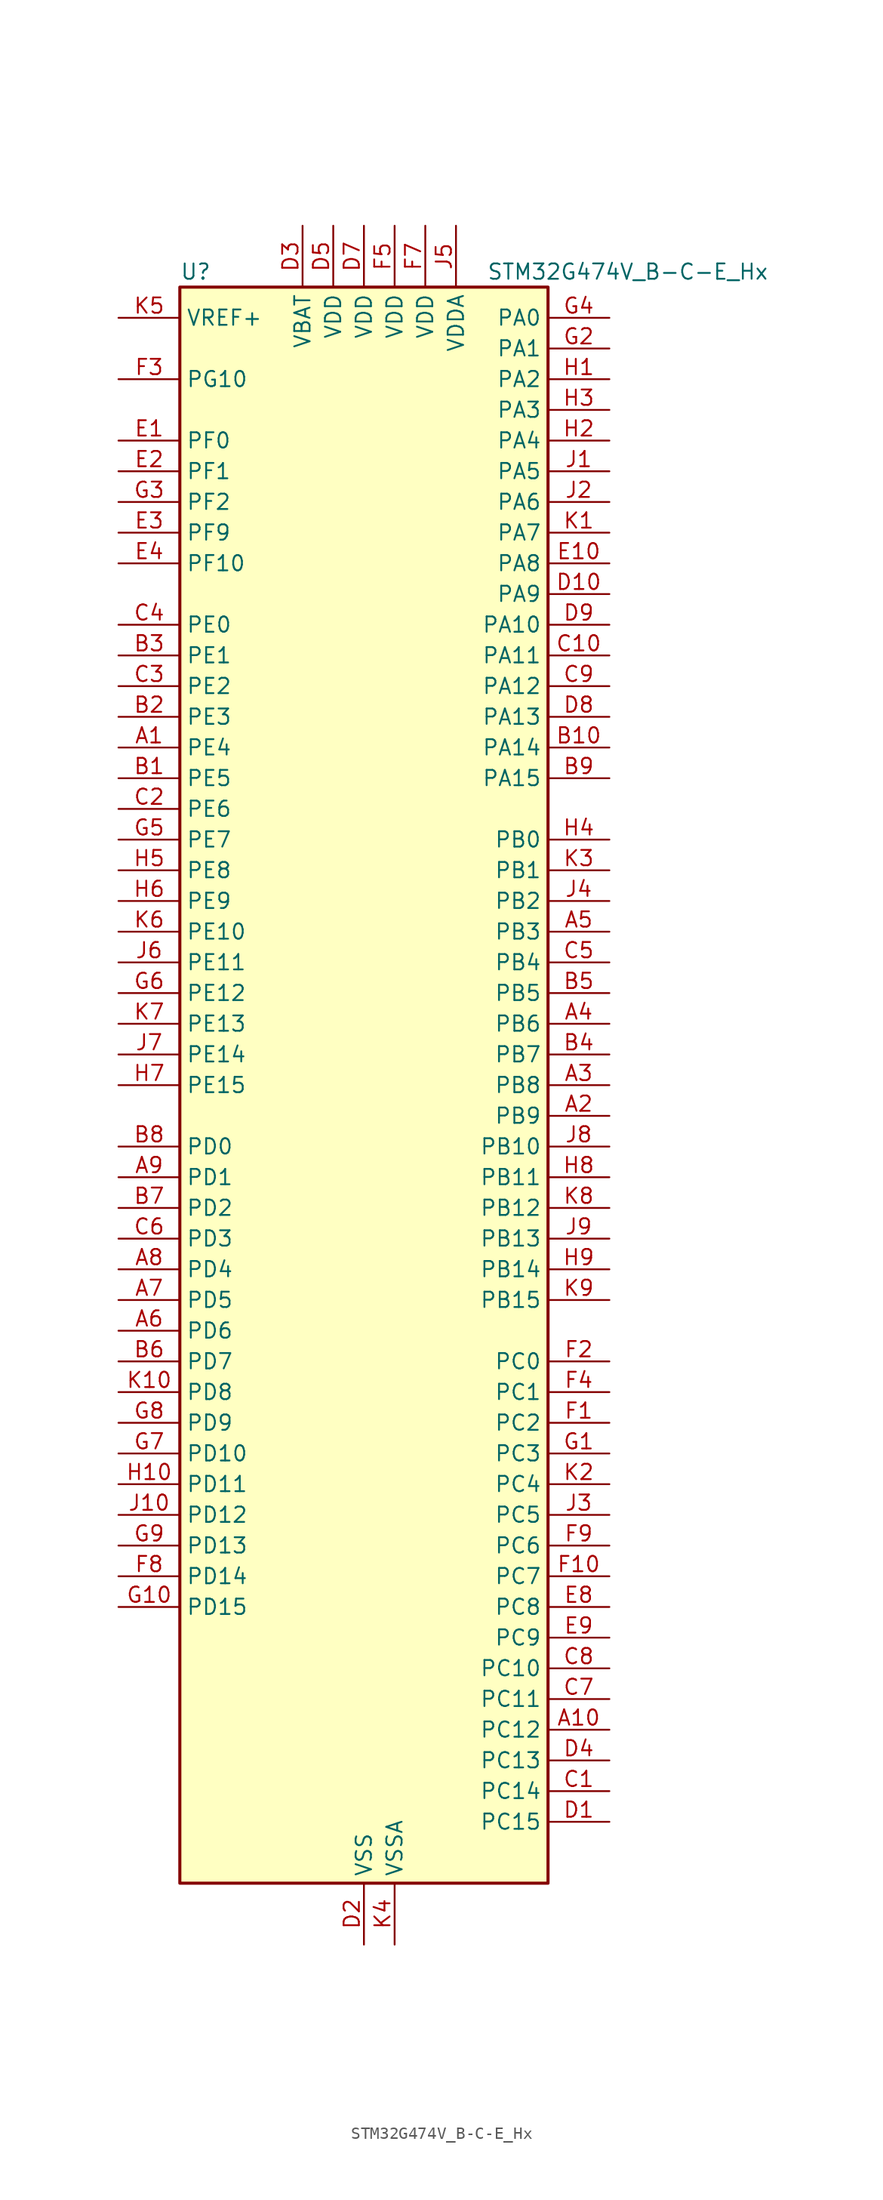
<source format=kicad_sym>
(kicad_symbol_lib
  (version 20220914)
  (generator kicad_symbol_editor)
  (symbol "STM32G474V_B-C-E_Hx"
    (property "Reference" "U"
      (at -15.24 67.31 0)
      (effects (font (size 1.27 1.27)) (justify left)))
    (property "Value" "STM32G474V_B-C-E_Hx"
      (at 10.16 67.31 0)
      (effects (font (size 1.27 1.27)) (justify left)))
    (property "ki_locked" ""
      (at 0 0 0)
      (effects (font (size 1.27 1.27))))
    (symbol "STM32G474V_B-C-E_Hx_0_1"
      (rectangle (start -15.24 -66.04) (end 15.24 66.04) (stroke (width 0.254) (type default)) (fill (type background))))
    (symbol "STM32G474V_B-C-E_Hx_1_1"
      (pin bidirectional line (at -20.32 27.94 0) (length 5.08) (name "PE4" (effects (font (size 1.27 1.27)))) (number "A1" (effects (font (size 1.27 1.27)))) (alternate "FMC_A20" bidirectional line) (alternate "SAI1_D2" bidirectional line) (alternate "SAI1_FS_A" bidirectional line) (alternate "SPI4_NSS" bidirectional line) (alternate "SYS_TRACED1" bidirectional line) (alternate "TIM20_CH1N" bidirectional line) (alternate "TIM3_CH3" bidirectional line))
      (pin bidirectional line (at 20.32 -53.34 180) (length 5.08) (name "PC12" (effects (font (size 1.27 1.27)))) (number "A10" (effects (font (size 1.27 1.27)))) (alternate "HRTIM1_EEV1" bidirectional line) (alternate "I2S3_SD" bidirectional line) (alternate "SPI3_MOSI" bidirectional line) (alternate "TIM5_CH2" bidirectional line) (alternate "TIM8_CH3N" bidirectional line) (alternate "UART5_TX" bidirectional line) (alternate "UCPD1_FRSTX1" bidirectional line) (alternate "UCPD1_FRSTX2" bidirectional line) (alternate "USART3_CK" bidirectional line))
      (pin bidirectional line (at 20.32 -2.54 180) (length 5.08) (name "PB9" (effects (font (size 1.27 1.27)))) (number "A2" (effects (font (size 1.27 1.27)))) (alternate "COMP2_OUT" bidirectional line) (alternate "DAC1_EXTI9" bidirectional line) (alternate "DAC2_EXTI9" bidirectional line) (alternate "DAC3_EXTI9" bidirectional line) (alternate "DAC4_EXTI9" bidirectional line) (alternate "FDCAN1_TX" bidirectional line) (alternate "HRTIM1_EEV5" bidirectional line) (alternate "I2C1_SDA" bidirectional line) (alternate "IR_OUT" bidirectional line) (alternate "SAI1_D2" bidirectional line) (alternate "SAI1_FS_A" bidirectional line) (alternate "TIM17_CH1" bidirectional line) (alternate "TIM1_CH3N" bidirectional line) (alternate "TIM4_CH4" bidirectional line) (alternate "TIM8_CH3" bidirectional line) (alternate "USART3_TX" bidirectional line))
      (pin bidirectional line (at 20.32 0 180) (length 5.08) (name "PB8" (effects (font (size 1.27 1.27)))) (number "A3" (effects (font (size 1.27 1.27)))) (alternate "COMP1_OUT" bidirectional line) (alternate "FDCAN1_RX" bidirectional line) (alternate "HRTIM1_EEV8" bidirectional line) (alternate "I2C1_SCL" bidirectional line) (alternate "SAI1_CK1" bidirectional line) (alternate "SAI1_MCLK_A" bidirectional line) (alternate "TIM16_CH1" bidirectional line) (alternate "TIM1_BKIN" bidirectional line) (alternate "TIM4_CH3" bidirectional line) (alternate "TIM8_CH2" bidirectional line) (alternate "USART3_RX" bidirectional line))
      (pin bidirectional line (at 20.32 5.08 180) (length 5.08) (name "PB6" (effects (font (size 1.27 1.27)))) (number "A4" (effects (font (size 1.27 1.27)))) (alternate "COMP4_OUT" bidirectional line) (alternate "FDCAN2_TX" bidirectional line) (alternate "HRTIM1_EEV4" bidirectional line) (alternate "HRTIM1_SCIN" bidirectional line) (alternate "LPTIM1_ETR" bidirectional line) (alternate "SAI1_FS_B" bidirectional line) (alternate "TIM16_CH1N" bidirectional line) (alternate "TIM4_CH1" bidirectional line) (alternate "TIM8_BKIN2" bidirectional line) (alternate "TIM8_CH1" bidirectional line) (alternate "TIM8_ETR" bidirectional line) (alternate "UCPD1_CC1" bidirectional line) (alternate "USART1_TX" bidirectional line))
      (pin bidirectional line (at 20.32 12.7 180) (length 5.08) (name "PB3" (effects (font (size 1.27 1.27)))) (number "A5" (effects (font (size 1.27 1.27)))) (alternate "ADC3_EXTI3" bidirectional line) (alternate "ADC4_EXTI3" bidirectional line) (alternate "ADC5_EXTI3" bidirectional line) (alternate "CRS_SYNC" bidirectional line) (alternate "FDCAN3_RX" bidirectional line) (alternate "HRTIM1_EEV9" bidirectional line) (alternate "HRTIM1_SCOUT" bidirectional line) (alternate "I2S3_CK" bidirectional line) (alternate "SAI1_SCK_B" bidirectional line) (alternate "SPI1_SCK" bidirectional line) (alternate "SPI3_SCK" bidirectional line) (alternate "SYS_JTDO-SWO" bidirectional line) (alternate "TIM2_CH2" bidirectional line) (alternate "TIM3_ETR" bidirectional line) (alternate "TIM4_ETR" bidirectional line) (alternate "TIM8_CH1N" bidirectional line) (alternate "USART2_TX" bidirectional line))
      (pin bidirectional line (at -20.32 -20.32 0) (length 5.08) (name "PD6" (effects (font (size 1.27 1.27)))) (number "A6" (effects (font (size 1.27 1.27)))) (alternate "FMC_NWAIT" bidirectional line) (alternate "QUADSPI1_BK2_IO2" bidirectional line) (alternate "SAI1_D1" bidirectional line) (alternate "SAI1_SD_A" bidirectional line) (alternate "TIM2_CH4" bidirectional line) (alternate "USART2_RX" bidirectional line))
      (pin bidirectional line (at -20.32 -17.78 0) (length 5.08) (name "PD5" (effects (font (size 1.27 1.27)))) (number "A7" (effects (font (size 1.27 1.27)))) (alternate "FMC_NWE" bidirectional line) (alternate "QUADSPI1_BK2_IO1" bidirectional line) (alternate "USART2_TX" bidirectional line))
      (pin bidirectional line (at -20.32 -15.24 0) (length 5.08) (name "PD4" (effects (font (size 1.27 1.27)))) (number "A8" (effects (font (size 1.27 1.27)))) (alternate "FMC_NOE" bidirectional line) (alternate "QUADSPI1_BK2_IO0" bidirectional line) (alternate "TIM2_CH2" bidirectional line) (alternate "USART2_DE" bidirectional line) (alternate "USART2_RTS" bidirectional line))
      (pin bidirectional line (at -20.32 -7.62 0) (length 5.08) (name "PD1" (effects (font (size 1.27 1.27)))) (number "A9" (effects (font (size 1.27 1.27)))) (alternate "FDCAN1_TX" bidirectional line) (alternate "FMC_D3" bidirectional line) (alternate "FMC_DA3" bidirectional line) (alternate "TIM8_BKIN2" bidirectional line) (alternate "TIM8_CH4" bidirectional line))
      (pin bidirectional line (at -20.32 25.4 0) (length 5.08) (name "PE5" (effects (font (size 1.27 1.27)))) (number "B1" (effects (font (size 1.27 1.27)))) (alternate "FMC_A21" bidirectional line) (alternate "SAI1_CK2" bidirectional line) (alternate "SAI1_SCK_A" bidirectional line) (alternate "SPI4_MISO" bidirectional line) (alternate "SYS_TRACED2" bidirectional line) (alternate "TIM20_CH2N" bidirectional line) (alternate "TIM3_CH4" bidirectional line))
      (pin bidirectional line (at 20.32 27.94 180) (length 5.08) (name "PA14" (effects (font (size 1.27 1.27)))) (number "B10" (effects (font (size 1.27 1.27)))) (alternate "I2C1_SDA" bidirectional line) (alternate "I2C4_SMBA" bidirectional line) (alternate "LPTIM1_OUT" bidirectional line) (alternate "SAI1_FS_B" bidirectional line) (alternate "SYS_JTCK-SWCLK" bidirectional line) (alternate "TIM1_BKIN" bidirectional line) (alternate "TIM8_CH2" bidirectional line) (alternate "USART2_TX" bidirectional line))
      (pin bidirectional line (at -20.32 30.48 0) (length 5.08) (name "PE3" (effects (font (size 1.27 1.27)))) (number "B2" (effects (font (size 1.27 1.27)))) (alternate "ADC3_EXTI3" bidirectional line) (alternate "ADC4_EXTI3" bidirectional line) (alternate "ADC5_EXTI3" bidirectional line) (alternate "FMC_A19" bidirectional line) (alternate "SAI1_SD_B" bidirectional line) (alternate "SPI4_NSS" bidirectional line) (alternate "SYS_TRACED0" bidirectional line) (alternate "TIM20_CH2" bidirectional line) (alternate "TIM3_CH2" bidirectional line))
      (pin bidirectional line (at -20.32 35.56 0) (length 5.08) (name "PE1" (effects (font (size 1.27 1.27)))) (number "B3" (effects (font (size 1.27 1.27)))) (alternate "FMC_NBL1" bidirectional line) (alternate "TIM17_CH1" bidirectional line) (alternate "TIM20_CH4" bidirectional line) (alternate "USART1_RX" bidirectional line))
      (pin bidirectional line (at 20.32 2.54 180) (length 5.08) (name "PB7" (effects (font (size 1.27 1.27)))) (number "B4" (effects (font (size 1.27 1.27)))) (alternate "COMP3_OUT" bidirectional line) (alternate "FMC_NL" bidirectional line) (alternate "HRTIM1_EEV3" bidirectional line) (alternate "I2C1_SDA" bidirectional line) (alternate "I2C4_SDA" bidirectional line) (alternate "LPTIM1_IN2" bidirectional line) (alternate "SYS_PVD_IN" bidirectional line) (alternate "TIM17_CH1N" bidirectional line) (alternate "TIM3_CH4" bidirectional line) (alternate "TIM4_CH2" bidirectional line) (alternate "TIM8_BKIN" bidirectional line) (alternate "UART4_CTS" bidirectional line) (alternate "USART1_RX" bidirectional line))
      (pin bidirectional line (at 20.32 7.62 180) (length 5.08) (name "PB5" (effects (font (size 1.27 1.27)))) (number "B5" (effects (font (size 1.27 1.27)))) (alternate "FDCAN2_RX" bidirectional line) (alternate "HRTIM1_EEV6" bidirectional line) (alternate "I2C1_SMBA" bidirectional line) (alternate "I2C3_SDA" bidirectional line) (alternate "I2S3_SD" bidirectional line) (alternate "LPTIM1_IN1" bidirectional line) (alternate "SAI1_SD_B" bidirectional line) (alternate "SPI1_MOSI" bidirectional line) (alternate "SPI3_MOSI" bidirectional line) (alternate "TIM16_BKIN" bidirectional line) (alternate "TIM17_CH1" bidirectional line) (alternate "TIM3_CH2" bidirectional line) (alternate "TIM8_CH3N" bidirectional line) (alternate "UART5_CTS" bidirectional line) (alternate "USART2_CK" bidirectional line))
      (pin bidirectional line (at -20.32 -22.86 0) (length 5.08) (name "PD7" (effects (font (size 1.27 1.27)))) (number "B6" (effects (font (size 1.27 1.27)))) (alternate "FMC_NCE" bidirectional line) (alternate "FMC_NE1" bidirectional line) (alternate "QUADSPI1_BK2_IO3" bidirectional line) (alternate "TIM2_CH3" bidirectional line) (alternate "USART2_CK" bidirectional line))
      (pin bidirectional line (at -20.32 -10.16 0) (length 5.08) (name "PD2" (effects (font (size 1.27 1.27)))) (number "B7" (effects (font (size 1.27 1.27)))) (alternate "ADC3_EXTI2" bidirectional line) (alternate "ADC4_EXTI2" bidirectional line) (alternate "ADC5_EXTI2" bidirectional line) (alternate "TIM3_ETR" bidirectional line) (alternate "TIM8_BKIN" bidirectional line) (alternate "UART5_RX" bidirectional line))
      (pin bidirectional line (at -20.32 -5.08 0) (length 5.08) (name "PD0" (effects (font (size 1.27 1.27)))) (number "B8" (effects (font (size 1.27 1.27)))) (alternate "FDCAN1_RX" bidirectional line) (alternate "FMC_D2" bidirectional line) (alternate "FMC_DA2" bidirectional line) (alternate "TIM8_CH4N" bidirectional line))
      (pin bidirectional line (at 20.32 25.4 180) (length 5.08) (name "PA15" (effects (font (size 1.27 1.27)))) (number "B9" (effects (font (size 1.27 1.27)))) (alternate "ADC1_EXTI15" bidirectional line) (alternate "ADC2_EXTI15" bidirectional line) (alternate "FDCAN3_TX" bidirectional line) (alternate "HRTIM1_FLT2" bidirectional line) (alternate "I2C1_SCL" bidirectional line) (alternate "I2S3_WS" bidirectional line) (alternate "SPI1_NSS" bidirectional line) (alternate "SPI3_NSS" bidirectional line) (alternate "SYS_JTDI" bidirectional line) (alternate "TIM1_BKIN" bidirectional line) (alternate "TIM2_CH1" bidirectional line) (alternate "TIM2_ETR" bidirectional line) (alternate "TIM8_CH1" bidirectional line) (alternate "UART4_DE" bidirectional line) (alternate "UART4_RTS" bidirectional line) (alternate "USART2_RX" bidirectional line))
      (pin bidirectional line (at 20.32 -58.42 180) (length 5.08) (name "PC14" (effects (font (size 1.27 1.27)))) (number "C1" (effects (font (size 1.27 1.27)))) (alternate "RCC_OSC32_IN" bidirectional line))
      (pin bidirectional line (at 20.32 35.56 180) (length 5.08) (name "PA11" (effects (font (size 1.27 1.27)))) (number "C10" (effects (font (size 1.27 1.27)))) (alternate "ADC1_EXTI11" bidirectional line) (alternate "ADC2_EXTI11" bidirectional line) (alternate "COMP1_OUT" bidirectional line) (alternate "FDCAN1_RX" bidirectional line) (alternate "HRTIM1_CHB2" bidirectional line) (alternate "I2S2_SD" bidirectional line) (alternate "SPI2_MOSI" bidirectional line) (alternate "TIM1_BKIN2" bidirectional line) (alternate "TIM1_CH1N" bidirectional line) (alternate "TIM1_CH4" bidirectional line) (alternate "TIM4_CH1" bidirectional line) (alternate "USART1_CTS" bidirectional line) (alternate "USART1_NSS" bidirectional line) (alternate "USB_DM" bidirectional line))
      (pin bidirectional line (at -20.32 22.86 0) (length 5.08) (name "PE6" (effects (font (size 1.27 1.27)))) (number "C2" (effects (font (size 1.27 1.27)))) (alternate "FMC_A22" bidirectional line) (alternate "RTC_TAMP3" bidirectional line) (alternate "SAI1_D1" bidirectional line) (alternate "SAI1_SD_A" bidirectional line) (alternate "SPI4_MOSI" bidirectional line) (alternate "SYS_TRACED3" bidirectional line) (alternate "SYS_WKUP3" bidirectional line) (alternate "TIM20_CH3N" bidirectional line))
      (pin bidirectional line (at -20.32 33.02 0) (length 5.08) (name "PE2" (effects (font (size 1.27 1.27)))) (number "C3" (effects (font (size 1.27 1.27)))) (alternate "ADC3_EXTI2" bidirectional line) (alternate "ADC4_EXTI2" bidirectional line) (alternate "ADC5_EXTI2" bidirectional line) (alternate "FMC_A23" bidirectional line) (alternate "SAI1_CK1" bidirectional line) (alternate "SAI1_MCLK_A" bidirectional line) (alternate "SPI4_SCK" bidirectional line) (alternate "SYS_TRACECLK" bidirectional line) (alternate "TIM20_CH1" bidirectional line) (alternate "TIM3_CH1" bidirectional line))
      (pin bidirectional line (at -20.32 38.1 0) (length 5.08) (name "PE0" (effects (font (size 1.27 1.27)))) (number "C4" (effects (font (size 1.27 1.27)))) (alternate "FMC_NBL0" bidirectional line) (alternate "TIM16_CH1" bidirectional line) (alternate "TIM20_CH4N" bidirectional line) (alternate "TIM20_ETR" bidirectional line) (alternate "TIM4_ETR" bidirectional line) (alternate "USART1_TX" bidirectional line))
      (pin bidirectional line (at 20.32 10.16 180) (length 5.08) (name "PB4" (effects (font (size 1.27 1.27)))) (number "C5" (effects (font (size 1.27 1.27)))) (alternate "FDCAN3_TX" bidirectional line) (alternate "HRTIM1_EEV7" bidirectional line) (alternate "SAI1_MCLK_B" bidirectional line) (alternate "SPI1_MISO" bidirectional line) (alternate "SPI3_MISO" bidirectional line) (alternate "SYS_JTRST" bidirectional line) (alternate "TIM16_CH1" bidirectional line) (alternate "TIM17_BKIN" bidirectional line) (alternate "TIM3_CH1" bidirectional line) (alternate "TIM8_CH2N" bidirectional line) (alternate "UART5_DE" bidirectional line) (alternate "UART5_RTS" bidirectional line) (alternate "UCPD1_CC2" bidirectional line) (alternate "USART2_RX" bidirectional line))
      (pin bidirectional line (at -20.32 -12.7 0) (length 5.08) (name "PD3" (effects (font (size 1.27 1.27)))) (number "C6" (effects (font (size 1.27 1.27)))) (alternate "ADC3_EXTI3" bidirectional line) (alternate "ADC4_EXTI3" bidirectional line) (alternate "ADC5_EXTI3" bidirectional line) (alternate "FMC_CLK" bidirectional line) (alternate "QUADSPI1_BK2_NCS" bidirectional line) (alternate "TIM2_CH1" bidirectional line) (alternate "TIM2_ETR" bidirectional line) (alternate "USART2_CTS" bidirectional line) (alternate "USART2_NSS" bidirectional line))
      (pin bidirectional line (at 20.32 -50.8 180) (length 5.08) (name "PC11" (effects (font (size 1.27 1.27)))) (number "C7" (effects (font (size 1.27 1.27)))) (alternate "ADC1_EXTI11" bidirectional line) (alternate "ADC2_EXTI11" bidirectional line) (alternate "HRTIM1_EEV2" bidirectional line) (alternate "I2C3_SDA" bidirectional line) (alternate "SPI3_MISO" bidirectional line) (alternate "TIM8_CH2N" bidirectional line) (alternate "UART4_RX" bidirectional line) (alternate "USART3_RX" bidirectional line))
      (pin bidirectional line (at 20.32 -48.26 180) (length 5.08) (name "PC10" (effects (font (size 1.27 1.27)))) (number "C8" (effects (font (size 1.27 1.27)))) (alternate "DAC1_EXTI10" bidirectional line) (alternate "DAC2_EXTI10" bidirectional line) (alternate "DAC3_EXTI10" bidirectional line) (alternate "DAC4_EXTI10" bidirectional line) (alternate "HRTIM1_FLT6" bidirectional line) (alternate "I2S3_CK" bidirectional line) (alternate "SPI3_SCK" bidirectional line) (alternate "TIM8_CH1N" bidirectional line) (alternate "UART4_TX" bidirectional line) (alternate "USART3_TX" bidirectional line))
      (pin bidirectional line (at 20.32 33.02 180) (length 5.08) (name "PA12" (effects (font (size 1.27 1.27)))) (number "C9" (effects (font (size 1.27 1.27)))) (alternate "COMP2_OUT" bidirectional line) (alternate "FDCAN1_TX" bidirectional line) (alternate "HRTIM1_FLT1" bidirectional line) (alternate "I2S_CKIN" bidirectional line) (alternate "TIM16_CH1" bidirectional line) (alternate "TIM1_CH2N" bidirectional line) (alternate "TIM1_ETR" bidirectional line) (alternate "TIM4_CH2" bidirectional line) (alternate "USART1_DE" bidirectional line) (alternate "USART1_RTS" bidirectional line) (alternate "USB_DP" bidirectional line))
      (pin bidirectional line (at 20.32 -60.96 180) (length 5.08) (name "PC15" (effects (font (size 1.27 1.27)))) (number "D1" (effects (font (size 1.27 1.27)))) (alternate "ADC1_EXTI15" bidirectional line) (alternate "ADC2_EXTI15" bidirectional line) (alternate "RCC_OSC32_OUT" bidirectional line))
      (pin bidirectional line (at 20.32 40.64 180) (length 5.08) (name "PA9" (effects (font (size 1.27 1.27)))) (number "D10" (effects (font (size 1.27 1.27)))) (alternate "ADC5_IN2" bidirectional line) (alternate "COMP5_OUT" bidirectional line) (alternate "DAC1_EXTI9" bidirectional line) (alternate "DAC2_EXTI9" bidirectional line) (alternate "DAC3_EXTI9" bidirectional line) (alternate "DAC4_EXTI9" bidirectional line) (alternate "HRTIM1_CHA2" bidirectional line) (alternate "I2C2_SCL" bidirectional line) (alternate "I2C3_SMBA" bidirectional line) (alternate "I2S3_MCK" bidirectional line) (alternate "SAI1_FS_A" bidirectional line) (alternate "TIM15_BKIN" bidirectional line) (alternate "TIM1_CH2" bidirectional line) (alternate "TIM2_CH3" bidirectional line) (alternate "UCPD1_DBCC1" bidirectional line) (alternate "USART1_TX" bidirectional line))
      (pin power_in line (at 0 -71.12 90) (length 5.08) (name "VSS" (effects (font (size 1.27 1.27)))) (number "D2" (effects (font (size 1.27 1.27)))))
      (pin power_in line (at -5.08 71.12 270) (length 5.08) (name "VBAT" (effects (font (size 1.27 1.27)))) (number "D3" (effects (font (size 1.27 1.27)))))
      (pin bidirectional line (at 20.32 -55.88 180) (length 5.08) (name "PC13" (effects (font (size 1.27 1.27)))) (number "D4" (effects (font (size 1.27 1.27)))) (alternate "RTC_OUT1" bidirectional line) (alternate "RTC_TAMP1" bidirectional line) (alternate "RTC_TS" bidirectional line) (alternate "SYS_WKUP2" bidirectional line) (alternate "TIM1_BKIN" bidirectional line) (alternate "TIM1_CH1N" bidirectional line) (alternate "TIM8_CH4N" bidirectional line))
      (pin power_in line (at -2.54 71.12 270) (length 5.08) (name "VDD" (effects (font (size 1.27 1.27)))) (number "D5" (effects (font (size 1.27 1.27)))))
      (pin passive line (at 0 -71.12 90) (length 5.08) hide (name "VSS" (effects (font (size 1.27 1.27)))) (number "D6" (effects (font (size 1.27 1.27)))))
      (pin power_in line (at 0 71.12 270) (length 5.08) (name "VDD" (effects (font (size 1.27 1.27)))) (number "D7" (effects (font (size 1.27 1.27)))))
      (pin bidirectional line (at 20.32 30.48 180) (length 5.08) (name "PA13" (effects (font (size 1.27 1.27)))) (number "D8" (effects (font (size 1.27 1.27)))) (alternate "I2C1_SCL" bidirectional line) (alternate "I2C4_SCL" bidirectional line) (alternate "IR_OUT" bidirectional line) (alternate "SAI1_SD_B" bidirectional line) (alternate "SYS_JTMS-SWDIO" bidirectional line) (alternate "TIM16_CH1N" bidirectional line) (alternate "TIM4_CH3" bidirectional line) (alternate "USART3_CTS" bidirectional line) (alternate "USART3_NSS" bidirectional line))
      (pin bidirectional line (at 20.32 38.1 180) (length 5.08) (name "PA10" (effects (font (size 1.27 1.27)))) (number "D9" (effects (font (size 1.27 1.27)))) (alternate "COMP6_OUT" bidirectional line) (alternate "CRS_SYNC" bidirectional line) (alternate "DAC1_EXTI10" bidirectional line) (alternate "DAC2_EXTI10" bidirectional line) (alternate "DAC3_EXTI10" bidirectional line) (alternate "DAC4_EXTI10" bidirectional line) (alternate "HRTIM1_CHB1" bidirectional line) (alternate "I2C2_SMBA" bidirectional line) (alternate "SAI1_D1" bidirectional line) (alternate "SAI1_SD_A" bidirectional line) (alternate "SPI2_MISO" bidirectional line) (alternate "TIM17_BKIN" bidirectional line) (alternate "TIM1_CH3" bidirectional line) (alternate "TIM2_CH4" bidirectional line) (alternate "TIM8_BKIN" bidirectional line) (alternate "UCPD1_DBCC2" bidirectional line) (alternate "USART1_RX" bidirectional line))
      (pin bidirectional line (at -20.32 53.34 0) (length 5.08) (name "PF0" (effects (font (size 1.27 1.27)))) (number "E1" (effects (font (size 1.27 1.27)))) (alternate "ADC1_IN10" bidirectional line) (alternate "I2C2_SDA" bidirectional line) (alternate "I2S2_WS" bidirectional line) (alternate "RCC_OSC_IN" bidirectional line) (alternate "SPI2_NSS" bidirectional line) (alternate "TIM1_CH3N" bidirectional line))
      (pin bidirectional line (at 20.32 43.18 180) (length 5.08) (name "PA8" (effects (font (size 1.27 1.27)))) (number "E10" (effects (font (size 1.27 1.27)))) (alternate "ADC5_IN1" bidirectional line) (alternate "COMP7_OUT" bidirectional line) (alternate "FDCAN3_RX" bidirectional line) (alternate "HRTIM1_CHA1" bidirectional line) (alternate "I2C2_SDA" bidirectional line) (alternate "I2C3_SCL" bidirectional line) (alternate "I2S2_MCK" bidirectional line) (alternate "OPAMP5_VOUT" bidirectional line) (alternate "RCC_MCO" bidirectional line) (alternate "SAI1_CK2" bidirectional line) (alternate "SAI1_SCK_A" bidirectional line) (alternate "TIM1_CH1" bidirectional line) (alternate "TIM4_ETR" bidirectional line) (alternate "USART1_CK" bidirectional line))
      (pin bidirectional line (at -20.32 50.8 0) (length 5.08) (name "PF1" (effects (font (size 1.27 1.27)))) (number "E2" (effects (font (size 1.27 1.27)))) (alternate "ADC2_IN10" bidirectional line) (alternate "COMP3_INM" bidirectional line) (alternate "I2S2_CK" bidirectional line) (alternate "RCC_OSC_OUT" bidirectional line) (alternate "SPI2_SCK" bidirectional line))
      (pin bidirectional line (at -20.32 45.72 0) (length 5.08) (name "PF9" (effects (font (size 1.27 1.27)))) (number "E3" (effects (font (size 1.27 1.27)))) (alternate "DAC1_EXTI9" bidirectional line) (alternate "DAC2_EXTI9" bidirectional line) (alternate "DAC3_EXTI9" bidirectional line) (alternate "DAC4_EXTI9" bidirectional line) (alternate "FMC_A25" bidirectional line) (alternate "QUADSPI1_BK1_IO1" bidirectional line) (alternate "SAI1_FS_B" bidirectional line) (alternate "SPI2_SCK" bidirectional line) (alternate "TIM15_CH1" bidirectional line) (alternate "TIM20_BKIN" bidirectional line) (alternate "TIM5_CH4" bidirectional line))
      (pin bidirectional line (at -20.32 43.18 0) (length 5.08) (name "PF10" (effects (font (size 1.27 1.27)))) (number "E4" (effects (font (size 1.27 1.27)))) (alternate "DAC1_EXTI10" bidirectional line) (alternate "DAC2_EXTI10" bidirectional line) (alternate "DAC3_EXTI10" bidirectional line) (alternate "DAC4_EXTI10" bidirectional line) (alternate "FMC_A0" bidirectional line) (alternate "QUADSPI1_CLK" bidirectional line) (alternate "SAI1_D3" bidirectional line) (alternate "SPI2_SCK" bidirectional line) (alternate "TIM15_CH2" bidirectional line) (alternate "TIM20_BKIN2" bidirectional line))
      (pin passive line (at 0 -71.12 90) (length 5.08) hide (name "VSS" (effects (font (size 1.27 1.27)))) (number "E5" (effects (font (size 1.27 1.27)))))
      (pin passive line (at 0 -71.12 90) (length 5.08) hide (name "VSS" (effects (font (size 1.27 1.27)))) (number "E6" (effects (font (size 1.27 1.27)))))
      (pin passive line (at 0 -71.12 90) (length 5.08) hide (name "VSS" (effects (font (size 1.27 1.27)))) (number "E7" (effects (font (size 1.27 1.27)))))
      (pin bidirectional line (at 20.32 -43.18 180) (length 5.08) (name "PC8" (effects (font (size 1.27 1.27)))) (number "E8" (effects (font (size 1.27 1.27)))) (alternate "COMP7_OUT" bidirectional line) (alternate "HRTIM1_CHE1" bidirectional line) (alternate "I2C3_SCL" bidirectional line) (alternate "TIM20_CH3" bidirectional line) (alternate "TIM3_CH3" bidirectional line) (alternate "TIM8_CH3" bidirectional line))
      (pin bidirectional line (at 20.32 -45.72 180) (length 5.08) (name "PC9" (effects (font (size 1.27 1.27)))) (number "E9" (effects (font (size 1.27 1.27)))) (alternate "DAC1_EXTI9" bidirectional line) (alternate "DAC2_EXTI9" bidirectional line) (alternate "DAC3_EXTI9" bidirectional line) (alternate "DAC4_EXTI9" bidirectional line) (alternate "HRTIM1_CHE2" bidirectional line) (alternate "I2C3_SDA" bidirectional line) (alternate "I2S_CKIN" bidirectional line) (alternate "TIM3_CH4" bidirectional line) (alternate "TIM8_BKIN2" bidirectional line) (alternate "TIM8_CH4" bidirectional line))
      (pin bidirectional line (at 20.32 -27.94 180) (length 5.08) (name "PC2" (effects (font (size 1.27 1.27)))) (number "F1" (effects (font (size 1.27 1.27)))) (alternate "ADC1_IN8" bidirectional line) (alternate "ADC2_IN8" bidirectional line) (alternate "ADC3_EXTI2" bidirectional line) (alternate "ADC4_EXTI2" bidirectional line) (alternate "ADC5_EXTI2" bidirectional line) (alternate "COMP3_OUT" bidirectional line) (alternate "LPTIM1_IN2" bidirectional line) (alternate "QUADSPI1_BK2_IO1" bidirectional line) (alternate "TIM1_CH3" bidirectional line) (alternate "TIM20_CH2" bidirectional line))
      (pin bidirectional line (at 20.32 -40.64 180) (length 5.08) (name "PC7" (effects (font (size 1.27 1.27)))) (number "F10" (effects (font (size 1.27 1.27)))) (alternate "COMP5_OUT" bidirectional line) (alternate "HRTIM1_CHF2" bidirectional line) (alternate "HRTIM1_FLT5" bidirectional line) (alternate "I2C4_SDA" bidirectional line) (alternate "I2S3_MCK" bidirectional line) (alternate "TIM3_CH2" bidirectional line) (alternate "TIM8_CH2" bidirectional line))
      (pin bidirectional line (at 20.32 -22.86 180) (length 5.08) (name "PC0" (effects (font (size 1.27 1.27)))) (number "F2" (effects (font (size 1.27 1.27)))) (alternate "ADC1_IN6" bidirectional line) (alternate "ADC2_IN6" bidirectional line) (alternate "COMP3_INM" bidirectional line) (alternate "LPTIM1_IN1" bidirectional line) (alternate "LPUART1_RX" bidirectional line) (alternate "TIM1_CH1" bidirectional line))
      (pin bidirectional line (at -20.32 58.42 0) (length 5.08) (name "PG10" (effects (font (size 1.27 1.27)))) (number "F3" (effects (font (size 1.27 1.27)))) (alternate "DAC1_EXTI10" bidirectional line) (alternate "DAC2_EXTI10" bidirectional line) (alternate "DAC3_EXTI10" bidirectional line) (alternate "DAC4_EXTI10" bidirectional line) (alternate "RCC_MCO" bidirectional line))
      (pin bidirectional line (at 20.32 -25.4 180) (length 5.08) (name "PC1" (effects (font (size 1.27 1.27)))) (number "F4" (effects (font (size 1.27 1.27)))) (alternate "ADC1_IN7" bidirectional line) (alternate "ADC2_IN7" bidirectional line) (alternate "COMP3_INP" bidirectional line) (alternate "LPTIM1_OUT" bidirectional line) (alternate "LPUART1_TX" bidirectional line) (alternate "QUADSPI1_BK2_IO0" bidirectional line) (alternate "SAI1_SD_A" bidirectional line) (alternate "TIM1_CH2" bidirectional line))
      (pin power_in line (at 2.54 71.12 270) (length 5.08) (name "VDD" (effects (font (size 1.27 1.27)))) (number "F5" (effects (font (size 1.27 1.27)))))
      (pin passive line (at 0 -71.12 90) (length 5.08) hide (name "VSS" (effects (font (size 1.27 1.27)))) (number "F6" (effects (font (size 1.27 1.27)))))
      (pin power_in line (at 5.08 71.12 270) (length 5.08) (name "VDD" (effects (font (size 1.27 1.27)))) (number "F7" (effects (font (size 1.27 1.27)))))
      (pin bidirectional line (at -20.32 -40.64 0) (length 5.08) (name "PD14" (effects (font (size 1.27 1.27)))) (number "F8" (effects (font (size 1.27 1.27)))) (alternate "ADC3_IN11" bidirectional line) (alternate "ADC4_IN11" bidirectional line) (alternate "ADC5_IN11" bidirectional line) (alternate "COMP7_INP" bidirectional line) (alternate "FMC_D0" bidirectional line) (alternate "FMC_DA0" bidirectional line) (alternate "OPAMP2_VINP" bidirectional line) (alternate "OPAMP2_VINP_SEC" bidirectional line) (alternate "TIM4_CH3" bidirectional line))
      (pin bidirectional line (at 20.32 -38.1 180) (length 5.08) (name "PC6" (effects (font (size 1.27 1.27)))) (number "F9" (effects (font (size 1.27 1.27)))) (alternate "COMP6_OUT" bidirectional line) (alternate "HRTIM1_CHF1" bidirectional line) (alternate "HRTIM1_EEV10" bidirectional line) (alternate "I2C4_SCL" bidirectional line) (alternate "I2S2_MCK" bidirectional line) (alternate "TIM3_CH1" bidirectional line) (alternate "TIM8_CH1" bidirectional line))
      (pin bidirectional line (at 20.32 -30.48 180) (length 5.08) (name "PC3" (effects (font (size 1.27 1.27)))) (number "G1" (effects (font (size 1.27 1.27)))) (alternate "ADC1_IN9" bidirectional line) (alternate "ADC2_IN9" bidirectional line) (alternate "ADC3_EXTI3" bidirectional line) (alternate "ADC4_EXTI3" bidirectional line) (alternate "ADC5_EXTI3" bidirectional line) (alternate "LPTIM1_ETR" bidirectional line) (alternate "OPAMP5_VINP" bidirectional line) (alternate "OPAMP5_VINP_SEC" bidirectional line) (alternate "QUADSPI1_BK2_IO2" bidirectional line) (alternate "SAI1_D1" bidirectional line) (alternate "SAI1_SD_A" bidirectional line) (alternate "TIM1_BKIN2" bidirectional line) (alternate "TIM1_CH4" bidirectional line))
      (pin bidirectional line (at -20.32 -43.18 0) (length 5.08) (name "PD15" (effects (font (size 1.27 1.27)))) (number "G10" (effects (font (size 1.27 1.27)))) (alternate "ADC1_EXTI15" bidirectional line) (alternate "ADC2_EXTI15" bidirectional line) (alternate "COMP7_INM" bidirectional line) (alternate "FMC_D1" bidirectional line) (alternate "FMC_DA1" bidirectional line) (alternate "SPI2_NSS" bidirectional line) (alternate "TIM4_CH4" bidirectional line))
      (pin bidirectional line (at 20.32 60.96 180) (length 5.08) (name "PA1" (effects (font (size 1.27 1.27)))) (number "G2" (effects (font (size 1.27 1.27)))) (alternate "ADC1_IN2" bidirectional line) (alternate "ADC2_IN2" bidirectional line) (alternate "COMP1_INP" bidirectional line) (alternate "OPAMP1_VINP" bidirectional line) (alternate "OPAMP1_VINP_SEC" bidirectional line) (alternate "OPAMP3_VINP" bidirectional line) (alternate "OPAMP3_VINP_SEC" bidirectional line) (alternate "OPAMP6_VINM" bidirectional line) (alternate "OPAMP6_VINM0" bidirectional line) (alternate "OPAMP6_VINM_SEC" bidirectional line) (alternate "RTC_REFIN" bidirectional line) (alternate "TIM15_CH1N" bidirectional line) (alternate "TIM2_CH2" bidirectional line) (alternate "TIM5_CH2" bidirectional line) (alternate "USART2_DE" bidirectional line) (alternate "USART2_RTS" bidirectional line))
      (pin bidirectional line (at -20.32 48.26 0) (length 5.08) (name "PF2" (effects (font (size 1.27 1.27)))) (number "G3" (effects (font (size 1.27 1.27)))) (alternate "ADC3_EXTI2" bidirectional line) (alternate "ADC4_EXTI2" bidirectional line) (alternate "ADC5_EXTI2" bidirectional line) (alternate "FMC_A2" bidirectional line) (alternate "I2C2_SMBA" bidirectional line) (alternate "TIM20_CH3" bidirectional line))
      (pin bidirectional line (at 20.32 63.5 180) (length 5.08) (name "PA0" (effects (font (size 1.27 1.27)))) (number "G4" (effects (font (size 1.27 1.27)))) (alternate "ADC1_IN1" bidirectional line) (alternate "ADC2_IN1" bidirectional line) (alternate "COMP1_INM" bidirectional line) (alternate "COMP1_OUT" bidirectional line) (alternate "COMP3_INP" bidirectional line) (alternate "RTC_TAMP2" bidirectional line) (alternate "SYS_WKUP1" bidirectional line) (alternate "TIM2_CH1" bidirectional line) (alternate "TIM2_ETR" bidirectional line) (alternate "TIM5_CH1" bidirectional line) (alternate "TIM8_BKIN" bidirectional line) (alternate "TIM8_ETR" bidirectional line) (alternate "USART2_CTS" bidirectional line) (alternate "USART2_NSS" bidirectional line))
      (pin bidirectional line (at -20.32 20.32 0) (length 5.08) (name "PE7" (effects (font (size 1.27 1.27)))) (number "G5" (effects (font (size 1.27 1.27)))) (alternate "ADC3_IN4" bidirectional line) (alternate "COMP4_INP" bidirectional line) (alternate "FMC_D4" bidirectional line) (alternate "FMC_DA4" bidirectional line) (alternate "SAI1_SD_B" bidirectional line) (alternate "TIM1_ETR" bidirectional line))
      (pin bidirectional line (at -20.32 7.62 0) (length 5.08) (name "PE12" (effects (font (size 1.27 1.27)))) (number "G6" (effects (font (size 1.27 1.27)))) (alternate "ADC3_IN16" bidirectional line) (alternate "ADC4_IN16" bidirectional line) (alternate "ADC5_IN16" bidirectional line) (alternate "FMC_D9" bidirectional line) (alternate "FMC_DA9" bidirectional line) (alternate "QUADSPI1_BK1_IO0" bidirectional line) (alternate "SPI4_SCK" bidirectional line) (alternate "TIM1_CH3N" bidirectional line))
      (pin bidirectional line (at -20.32 -30.48 0) (length 5.08) (name "PD10" (effects (font (size 1.27 1.27)))) (number "G7" (effects (font (size 1.27 1.27)))) (alternate "ADC3_IN7" bidirectional line) (alternate "ADC4_IN7" bidirectional line) (alternate "ADC5_IN7" bidirectional line) (alternate "COMP6_INM" bidirectional line) (alternate "DAC1_EXTI10" bidirectional line) (alternate "DAC2_EXTI10" bidirectional line) (alternate "DAC3_EXTI10" bidirectional line) (alternate "DAC4_EXTI10" bidirectional line) (alternate "FMC_D15" bidirectional line) (alternate "FMC_DA15" bidirectional line) (alternate "USART3_CK" bidirectional line))
      (pin bidirectional line (at -20.32 -27.94 0) (length 5.08) (name "PD9" (effects (font (size 1.27 1.27)))) (number "G8" (effects (font (size 1.27 1.27)))) (alternate "ADC4_IN13" bidirectional line) (alternate "ADC5_IN13" bidirectional line) (alternate "DAC1_EXTI9" bidirectional line) (alternate "DAC2_EXTI9" bidirectional line) (alternate "DAC3_EXTI9" bidirectional line) (alternate "DAC4_EXTI9" bidirectional line) (alternate "FMC_D14" bidirectional line) (alternate "FMC_DA14" bidirectional line) (alternate "OPAMP6_VINP" bidirectional line) (alternate "OPAMP6_VINP_SEC" bidirectional line) (alternate "USART3_RX" bidirectional line))
      (pin bidirectional line (at -20.32 -38.1 0) (length 5.08) (name "PD13" (effects (font (size 1.27 1.27)))) (number "G9" (effects (font (size 1.27 1.27)))) (alternate "ADC3_IN10" bidirectional line) (alternate "ADC4_IN10" bidirectional line) (alternate "ADC5_IN10" bidirectional line) (alternate "COMP5_INM" bidirectional line) (alternate "FMC_A18" bidirectional line) (alternate "TIM4_CH2" bidirectional line))
      (pin bidirectional line (at 20.32 58.42 180) (length 5.08) (name "PA2" (effects (font (size 1.27 1.27)))) (number "H1" (effects (font (size 1.27 1.27)))) (alternate "ADC1_IN3" bidirectional line) (alternate "ADC3_EXTI2" bidirectional line) (alternate "ADC4_EXTI2" bidirectional line) (alternate "ADC5_EXTI2" bidirectional line) (alternate "COMP2_INM" bidirectional line) (alternate "COMP2_OUT" bidirectional line) (alternate "LPUART1_TX" bidirectional line) (alternate "OPAMP1_VOUT" bidirectional line) (alternate "QUADSPI1_BK1_NCS" bidirectional line) (alternate "RCC_LSCO" bidirectional line) (alternate "SYS_WKUP4" bidirectional line) (alternate "TIM15_CH1" bidirectional line) (alternate "TIM2_CH3" bidirectional line) (alternate "TIM5_CH3" bidirectional line) (alternate "UCPD1_FRSTX1" bidirectional line) (alternate "UCPD1_FRSTX2" bidirectional line) (alternate "USART2_TX" bidirectional line))
      (pin bidirectional line (at -20.32 -33.02 0) (length 5.08) (name "PD11" (effects (font (size 1.27 1.27)))) (number "H10" (effects (font (size 1.27 1.27)))) (alternate "ADC1_EXTI11" bidirectional line) (alternate "ADC2_EXTI11" bidirectional line) (alternate "ADC3_IN8" bidirectional line) (alternate "ADC4_IN8" bidirectional line) (alternate "ADC5_IN8" bidirectional line) (alternate "COMP6_INP" bidirectional line) (alternate "FMC_A16" bidirectional line) (alternate "FMC_CLE" bidirectional line) (alternate "I2C4_SMBA" bidirectional line) (alternate "OPAMP4_VINP" bidirectional line) (alternate "OPAMP4_VINP_SEC" bidirectional line) (alternate "TIM5_ETR" bidirectional line) (alternate "USART3_CTS" bidirectional line) (alternate "USART3_NSS" bidirectional line))
      (pin bidirectional line (at 20.32 53.34 180) (length 5.08) (name "PA4" (effects (font (size 1.27 1.27)))) (number "H2" (effects (font (size 1.27 1.27)))) (alternate "ADC2_IN17" bidirectional line) (alternate "COMP1_INM" bidirectional line) (alternate "DAC1_OUT1" bidirectional line) (alternate "I2S3_WS" bidirectional line) (alternate "SAI1_FS_B" bidirectional line) (alternate "SPI1_NSS" bidirectional line) (alternate "SPI3_NSS" bidirectional line) (alternate "TIM3_CH2" bidirectional line) (alternate "USART2_CK" bidirectional line))
      (pin bidirectional line (at 20.32 55.88 180) (length 5.08) (name "PA3" (effects (font (size 1.27 1.27)))) (number "H3" (effects (font (size 1.27 1.27)))) (alternate "ADC1_IN4" bidirectional line) (alternate "ADC3_EXTI3" bidirectional line) (alternate "ADC4_EXTI3" bidirectional line) (alternate "ADC5_EXTI3" bidirectional line) (alternate "COMP2_INP" bidirectional line) (alternate "LPUART1_RX" bidirectional line) (alternate "OPAMP1_VINM" bidirectional line) (alternate "OPAMP1_VINM0" bidirectional line) (alternate "OPAMP1_VINM_SEC" bidirectional line) (alternate "OPAMP1_VINP" bidirectional line) (alternate "OPAMP1_VINP_SEC" bidirectional line) (alternate "OPAMP5_VINM" bidirectional line) (alternate "OPAMP5_VINM1" bidirectional line) (alternate "OPAMP5_VINM_SEC" bidirectional line) (alternate "QUADSPI1_CLK" bidirectional line) (alternate "SAI1_CK1" bidirectional line) (alternate "SAI1_MCLK_A" bidirectional line) (alternate "TIM15_CH2" bidirectional line) (alternate "TIM2_CH4" bidirectional line) (alternate "TIM5_CH4" bidirectional line) (alternate "USART2_RX" bidirectional line))
      (pin bidirectional line (at 20.32 20.32 180) (length 5.08) (name "PB0" (effects (font (size 1.27 1.27)))) (number "H4" (effects (font (size 1.27 1.27)))) (alternate "ADC1_IN15" bidirectional line) (alternate "ADC3_IN12" bidirectional line) (alternate "COMP4_INP" bidirectional line) (alternate "HRTIM1_FLT5" bidirectional line) (alternate "OPAMP2_VINP" bidirectional line) (alternate "OPAMP2_VINP_SEC" bidirectional line) (alternate "OPAMP3_VINP" bidirectional line) (alternate "OPAMP3_VINP_SEC" bidirectional line) (alternate "QUADSPI1_BK1_IO1" bidirectional line) (alternate "TIM1_CH2N" bidirectional line) (alternate "TIM3_CH3" bidirectional line) (alternate "TIM8_CH2N" bidirectional line) (alternate "UCPD1_FRSTX1" bidirectional line) (alternate "UCPD1_FRSTX2" bidirectional line))
      (pin bidirectional line (at -20.32 17.78 0) (length 5.08) (name "PE8" (effects (font (size 1.27 1.27)))) (number "H5" (effects (font (size 1.27 1.27)))) (alternate "ADC3_IN6" bidirectional line) (alternate "ADC4_IN6" bidirectional line) (alternate "ADC5_IN6" bidirectional line) (alternate "COMP4_INM" bidirectional line) (alternate "FMC_D5" bidirectional line) (alternate "FMC_DA5" bidirectional line) (alternate "SAI1_SCK_B" bidirectional line) (alternate "TIM1_CH1N" bidirectional line) (alternate "TIM5_CH3" bidirectional line))
      (pin bidirectional line (at -20.32 15.24 0) (length 5.08) (name "PE9" (effects (font (size 1.27 1.27)))) (number "H6" (effects (font (size 1.27 1.27)))) (alternate "ADC3_IN2" bidirectional line) (alternate "DAC1_EXTI9" bidirectional line) (alternate "DAC2_EXTI9" bidirectional line) (alternate "DAC3_EXTI9" bidirectional line) (alternate "DAC4_EXTI9" bidirectional line) (alternate "FMC_D6" bidirectional line) (alternate "FMC_DA6" bidirectional line) (alternate "SAI1_FS_B" bidirectional line) (alternate "TIM1_CH1" bidirectional line) (alternate "TIM5_CH4" bidirectional line))
      (pin bidirectional line (at -20.32 0 0) (length 5.08) (name "PE15" (effects (font (size 1.27 1.27)))) (number "H7" (effects (font (size 1.27 1.27)))) (alternate "ADC1_EXTI15" bidirectional line) (alternate "ADC2_EXTI15" bidirectional line) (alternate "ADC4_IN2" bidirectional line) (alternate "FMC_D12" bidirectional line) (alternate "FMC_DA12" bidirectional line) (alternate "QUADSPI1_BK1_IO3" bidirectional line) (alternate "TIM1_BKIN" bidirectional line) (alternate "TIM1_CH4N" bidirectional line) (alternate "USART3_RX" bidirectional line))
      (pin bidirectional line (at 20.32 -7.62 180) (length 5.08) (name "PB11" (effects (font (size 1.27 1.27)))) (number "H8" (effects (font (size 1.27 1.27)))) (alternate "ADC1_EXTI11" bidirectional line) (alternate "ADC1_IN14" bidirectional line) (alternate "ADC2_EXTI11" bidirectional line) (alternate "ADC2_IN14" bidirectional line) (alternate "COMP6_INP" bidirectional line) (alternate "HRTIM1_FLT4" bidirectional line) (alternate "LPUART1_TX" bidirectional line) (alternate "OPAMP4_VINP" bidirectional line) (alternate "OPAMP4_VINP_SEC" bidirectional line) (alternate "OPAMP6_VOUT" bidirectional line) (alternate "QUADSPI1_BK1_NCS" bidirectional line) (alternate "TIM2_CH4" bidirectional line) (alternate "USART3_RX" bidirectional line))
      (pin bidirectional line (at 20.32 -15.24 180) (length 5.08) (name "PB14" (effects (font (size 1.27 1.27)))) (number "H9" (effects (font (size 1.27 1.27)))) (alternate "ADC1_IN5" bidirectional line) (alternate "ADC4_IN4" bidirectional line) (alternate "COMP4_OUT" bidirectional line) (alternate "COMP7_INP" bidirectional line) (alternate "HRTIM1_CHD1" bidirectional line) (alternate "OPAMP2_VINP" bidirectional line) (alternate "OPAMP2_VINP_SEC" bidirectional line) (alternate "OPAMP5_VINP" bidirectional line) (alternate "OPAMP5_VINP_SEC" bidirectional line) (alternate "SPI2_MISO" bidirectional line) (alternate "TIM15_CH1" bidirectional line) (alternate "TIM1_CH2N" bidirectional line) (alternate "USART3_DE" bidirectional line) (alternate "USART3_RTS" bidirectional line))
      (pin bidirectional line (at 20.32 50.8 180) (length 5.08) (name "PA5" (effects (font (size 1.27 1.27)))) (number "J1" (effects (font (size 1.27 1.27)))) (alternate "ADC2_IN13" bidirectional line) (alternate "COMP2_INM" bidirectional line) (alternate "DAC1_OUT2" bidirectional line) (alternate "OPAMP2_VINM" bidirectional line) (alternate "OPAMP2_VINM0" bidirectional line) (alternate "OPAMP2_VINM_SEC" bidirectional line) (alternate "SPI1_SCK" bidirectional line) (alternate "TIM2_CH1" bidirectional line) (alternate "TIM2_ETR" bidirectional line) (alternate "UCPD1_FRSTX1" bidirectional line) (alternate "UCPD1_FRSTX2" bidirectional line))
      (pin bidirectional line (at -20.32 -35.56 0) (length 5.08) (name "PD12" (effects (font (size 1.27 1.27)))) (number "J10" (effects (font (size 1.27 1.27)))) (alternate "ADC3_IN9" bidirectional line) (alternate "ADC4_IN9" bidirectional line) (alternate "ADC5_IN9" bidirectional line) (alternate "COMP5_INP" bidirectional line) (alternate "FMC_A17" bidirectional line) (alternate "FMC_ALE" bidirectional line) (alternate "OPAMP5_VINP" bidirectional line) (alternate "OPAMP5_VINP_SEC" bidirectional line) (alternate "TIM4_CH1" bidirectional line) (alternate "USART3_DE" bidirectional line) (alternate "USART3_RTS" bidirectional line))
      (pin bidirectional line (at 20.32 48.26 180) (length 5.08) (name "PA6" (effects (font (size 1.27 1.27)))) (number "J2" (effects (font (size 1.27 1.27)))) (alternate "ADC2_IN3" bidirectional line) (alternate "COMP1_OUT" bidirectional line) (alternate "DAC2_OUT1" bidirectional line) (alternate "LPUART1_CTS" bidirectional line) (alternate "OPAMP2_VOUT" bidirectional line) (alternate "QUADSPI1_BK1_IO3" bidirectional line) (alternate "SPI1_MISO" bidirectional line) (alternate "TIM16_CH1" bidirectional line) (alternate "TIM1_BKIN" bidirectional line) (alternate "TIM3_CH1" bidirectional line) (alternate "TIM8_BKIN" bidirectional line))
      (pin bidirectional line (at 20.32 -35.56 180) (length 5.08) (name "PC5" (effects (font (size 1.27 1.27)))) (number "J3" (effects (font (size 1.27 1.27)))) (alternate "ADC2_IN11" bidirectional line) (alternate "HRTIM1_EEV10" bidirectional line) (alternate "OPAMP1_VINM" bidirectional line) (alternate "OPAMP1_VINM1" bidirectional line) (alternate "OPAMP1_VINM_SEC" bidirectional line) (alternate "OPAMP2_VINM" bidirectional line) (alternate "OPAMP2_VINM1" bidirectional line) (alternate "OPAMP2_VINM_SEC" bidirectional line) (alternate "SAI1_D3" bidirectional line) (alternate "SYS_WKUP5" bidirectional line) (alternate "TIM15_BKIN" bidirectional line) (alternate "TIM1_CH4N" bidirectional line) (alternate "USART1_RX" bidirectional line))
      (pin bidirectional line (at 20.32 15.24 180) (length 5.08) (name "PB2" (effects (font (size 1.27 1.27)))) (number "J4" (effects (font (size 1.27 1.27)))) (alternate "ADC2_IN12" bidirectional line) (alternate "ADC3_EXTI2" bidirectional line) (alternate "ADC4_EXTI2" bidirectional line) (alternate "ADC5_EXTI2" bidirectional line) (alternate "COMP4_INM" bidirectional line) (alternate "HRTIM1_SCIN" bidirectional line) (alternate "I2C3_SMBA" bidirectional line) (alternate "LPTIM1_OUT" bidirectional line) (alternate "OPAMP3_VINM" bidirectional line) (alternate "OPAMP3_VINM0" bidirectional line) (alternate "OPAMP3_VINM_SEC" bidirectional line) (alternate "QUADSPI1_BK2_IO1" bidirectional line) (alternate "RTC_OUT2" bidirectional line) (alternate "TIM20_CH1" bidirectional line) (alternate "TIM5_CH1" bidirectional line))
      (pin power_in line (at 7.62 71.12 270) (length 5.08) (name "VDDA" (effects (font (size 1.27 1.27)))) (number "J5" (effects (font (size 1.27 1.27)))))
      (pin bidirectional line (at -20.32 10.16 0) (length 5.08) (name "PE11" (effects (font (size 1.27 1.27)))) (number "J6" (effects (font (size 1.27 1.27)))) (alternate "ADC1_EXTI11" bidirectional line) (alternate "ADC2_EXTI11" bidirectional line) (alternate "ADC3_IN15" bidirectional line) (alternate "ADC4_IN15" bidirectional line) (alternate "ADC5_IN15" bidirectional line) (alternate "FMC_D8" bidirectional line) (alternate "FMC_DA8" bidirectional line) (alternate "QUADSPI1_BK1_NCS" bidirectional line) (alternate "SPI4_NSS" bidirectional line) (alternate "TIM1_CH2" bidirectional line))
      (pin bidirectional line (at -20.32 2.54 0) (length 5.08) (name "PE14" (effects (font (size 1.27 1.27)))) (number "J7" (effects (font (size 1.27 1.27)))) (alternate "ADC4_IN1" bidirectional line) (alternate "FMC_D11" bidirectional line) (alternate "FMC_DA11" bidirectional line) (alternate "QUADSPI1_BK1_IO2" bidirectional line) (alternate "SPI4_MOSI" bidirectional line) (alternate "TIM1_BKIN2" bidirectional line) (alternate "TIM1_CH4" bidirectional line))
      (pin bidirectional line (at 20.32 -5.08 180) (length 5.08) (name "PB10" (effects (font (size 1.27 1.27)))) (number "J8" (effects (font (size 1.27 1.27)))) (alternate "COMP5_INM" bidirectional line) (alternate "DAC1_EXTI10" bidirectional line) (alternate "DAC2_EXTI10" bidirectional line) (alternate "DAC3_EXTI10" bidirectional line) (alternate "DAC4_EXTI10" bidirectional line) (alternate "HRTIM1_FLT3" bidirectional line) (alternate "LPUART1_RX" bidirectional line) (alternate "OPAMP3_VINM" bidirectional line) (alternate "OPAMP3_VINM1" bidirectional line) (alternate "OPAMP3_VINM_SEC" bidirectional line) (alternate "OPAMP4_VINM" bidirectional line) (alternate "OPAMP4_VINM0" bidirectional line) (alternate "OPAMP4_VINM_SEC" bidirectional line) (alternate "QUADSPI1_CLK" bidirectional line) (alternate "SAI1_SCK_A" bidirectional line) (alternate "TIM1_BKIN" bidirectional line) (alternate "TIM2_CH3" bidirectional line) (alternate "USART3_TX" bidirectional line))
      (pin bidirectional line (at 20.32 -12.7 180) (length 5.08) (name "PB13" (effects (font (size 1.27 1.27)))) (number "J9" (effects (font (size 1.27 1.27)))) (alternate "ADC3_IN5" bidirectional line) (alternate "COMP5_INP" bidirectional line) (alternate "FDCAN2_TX" bidirectional line) (alternate "HRTIM1_CHC2" bidirectional line) (alternate "I2S2_CK" bidirectional line) (alternate "LPUART1_CTS" bidirectional line) (alternate "OPAMP3_VINP" bidirectional line) (alternate "OPAMP3_VINP_SEC" bidirectional line) (alternate "OPAMP4_VINP" bidirectional line) (alternate "OPAMP4_VINP_SEC" bidirectional line) (alternate "OPAMP6_VINP" bidirectional line) (alternate "OPAMP6_VINP_SEC" bidirectional line) (alternate "SPI2_SCK" bidirectional line) (alternate "TIM1_CH1N" bidirectional line) (alternate "USART3_CTS" bidirectional line) (alternate "USART3_NSS" bidirectional line))
      (pin bidirectional line (at 20.32 45.72 180) (length 5.08) (name "PA7" (effects (font (size 1.27 1.27)))) (number "K1" (effects (font (size 1.27 1.27)))) (alternate "ADC2_IN4" bidirectional line) (alternate "COMP2_INP" bidirectional line) (alternate "COMP2_OUT" bidirectional line) (alternate "OPAMP1_VINP" bidirectional line) (alternate "OPAMP1_VINP_SEC" bidirectional line) (alternate "OPAMP2_VINP" bidirectional line) (alternate "OPAMP2_VINP_SEC" bidirectional line) (alternate "QUADSPI1_BK1_IO2" bidirectional line) (alternate "SPI1_MOSI" bidirectional line) (alternate "TIM17_CH1" bidirectional line) (alternate "TIM1_CH1N" bidirectional line) (alternate "TIM3_CH2" bidirectional line) (alternate "TIM8_CH1N" bidirectional line) (alternate "UCPD1_FRSTX1" bidirectional line) (alternate "UCPD1_FRSTX2" bidirectional line))
      (pin bidirectional line (at -20.32 -25.4 0) (length 5.08) (name "PD8" (effects (font (size 1.27 1.27)))) (number "K10" (effects (font (size 1.27 1.27)))) (alternate "ADC4_IN12" bidirectional line) (alternate "ADC5_IN12" bidirectional line) (alternate "FMC_D13" bidirectional line) (alternate "FMC_DA13" bidirectional line) (alternate "OPAMP4_VINM" bidirectional line) (alternate "OPAMP4_VINM1" bidirectional line) (alternate "OPAMP4_VINM_SEC" bidirectional line) (alternate "USART3_TX" bidirectional line))
      (pin bidirectional line (at 20.32 -33.02 180) (length 5.08) (name "PC4" (effects (font (size 1.27 1.27)))) (number "K2" (effects (font (size 1.27 1.27)))) (alternate "ADC2_IN5" bidirectional line) (alternate "I2C2_SCL" bidirectional line) (alternate "QUADSPI1_BK2_IO3" bidirectional line) (alternate "TIM1_ETR" bidirectional line) (alternate "USART1_TX" bidirectional line))
      (pin bidirectional line (at 20.32 17.78 180) (length 5.08) (name "PB1" (effects (font (size 1.27 1.27)))) (number "K3" (effects (font (size 1.27 1.27)))) (alternate "ADC1_IN12" bidirectional line) (alternate "ADC3_IN1" bidirectional line) (alternate "COMP1_INP" bidirectional line) (alternate "COMP4_OUT" bidirectional line) (alternate "HRTIM1_SCOUT" bidirectional line) (alternate "LPUART1_DE" bidirectional line) (alternate "LPUART1_RTS" bidirectional line) (alternate "OPAMP3_VOUT" bidirectional line) (alternate "OPAMP6_VINM" bidirectional line) (alternate "OPAMP6_VINM1" bidirectional line) (alternate "OPAMP6_VINM_SEC" bidirectional line) (alternate "QUADSPI1_BK1_IO0" bidirectional line) (alternate "TIM1_CH3N" bidirectional line) (alternate "TIM3_CH4" bidirectional line) (alternate "TIM8_CH3N" bidirectional line))
      (pin power_in line (at 2.54 -71.12 90) (length 5.08) (name "VSSA" (effects (font (size 1.27 1.27)))) (number "K4" (effects (font (size 1.27 1.27)))))
      (pin input line (at -20.32 63.5 0) (length 5.08) (name "VREF+" (effects (font (size 1.27 1.27)))) (number "K5" (effects (font (size 1.27 1.27)))) (alternate "VREFBUF_OUT" bidirectional line))
      (pin bidirectional line (at -20.32 12.7 0) (length 5.08) (name "PE10" (effects (font (size 1.27 1.27)))) (number "K6" (effects (font (size 1.27 1.27)))) (alternate "ADC3_IN14" bidirectional line) (alternate "ADC4_IN14" bidirectional line) (alternate "ADC5_IN14" bidirectional line) (alternate "DAC1_EXTI10" bidirectional line) (alternate "DAC2_EXTI10" bidirectional line) (alternate "DAC3_EXTI10" bidirectional line) (alternate "DAC4_EXTI10" bidirectional line) (alternate "FMC_D7" bidirectional line) (alternate "FMC_DA7" bidirectional line) (alternate "QUADSPI1_CLK" bidirectional line) (alternate "SAI1_MCLK_B" bidirectional line) (alternate "TIM1_CH2N" bidirectional line))
      (pin bidirectional line (at -20.32 5.08 0) (length 5.08) (name "PE13" (effects (font (size 1.27 1.27)))) (number "K7" (effects (font (size 1.27 1.27)))) (alternate "ADC3_IN3" bidirectional line) (alternate "FMC_D10" bidirectional line) (alternate "FMC_DA10" bidirectional line) (alternate "QUADSPI1_BK1_IO1" bidirectional line) (alternate "SPI4_MISO" bidirectional line) (alternate "TIM1_CH3" bidirectional line))
      (pin bidirectional line (at 20.32 -10.16 180) (length 5.08) (name "PB12" (effects (font (size 1.27 1.27)))) (number "K8" (effects (font (size 1.27 1.27)))) (alternate "ADC1_IN11" bidirectional line) (alternate "ADC4_IN3" bidirectional line) (alternate "COMP7_INM" bidirectional line) (alternate "FDCAN2_RX" bidirectional line) (alternate "HRTIM1_CHC1" bidirectional line) (alternate "I2C2_SMBA" bidirectional line) (alternate "I2S2_WS" bidirectional line) (alternate "LPUART1_DE" bidirectional line) (alternate "LPUART1_RTS" bidirectional line) (alternate "OPAMP4_VOUT" bidirectional line) (alternate "OPAMP6_VINP" bidirectional line) (alternate "OPAMP6_VINP_SEC" bidirectional line) (alternate "SPI2_NSS" bidirectional line) (alternate "TIM1_BKIN" bidirectional line) (alternate "TIM5_ETR" bidirectional line) (alternate "USART3_CK" bidirectional line))
      (pin bidirectional line (at 20.32 -17.78 180) (length 5.08) (name "PB15" (effects (font (size 1.27 1.27)))) (number "K9" (effects (font (size 1.27 1.27)))) (alternate "ADC1_EXTI15" bidirectional line) (alternate "ADC2_EXTI15" bidirectional line) (alternate "ADC2_IN15" bidirectional line) (alternate "ADC4_IN5" bidirectional line) (alternate "COMP3_OUT" bidirectional line) (alternate "COMP6_INM" bidirectional line) (alternate "HRTIM1_CHD2" bidirectional line) (alternate "I2S2_SD" bidirectional line) (alternate "OPAMP5_VINM" bidirectional line) (alternate "OPAMP5_VINM0" bidirectional line) (alternate "OPAMP5_VINM_SEC" bidirectional line) (alternate "RTC_REFIN" bidirectional line) (alternate "SPI2_MOSI" bidirectional line) (alternate "TIM15_CH1N" bidirectional line) (alternate "TIM15_CH2" bidirectional line) (alternate "TIM1_CH3N" bidirectional line)))))
</source>
